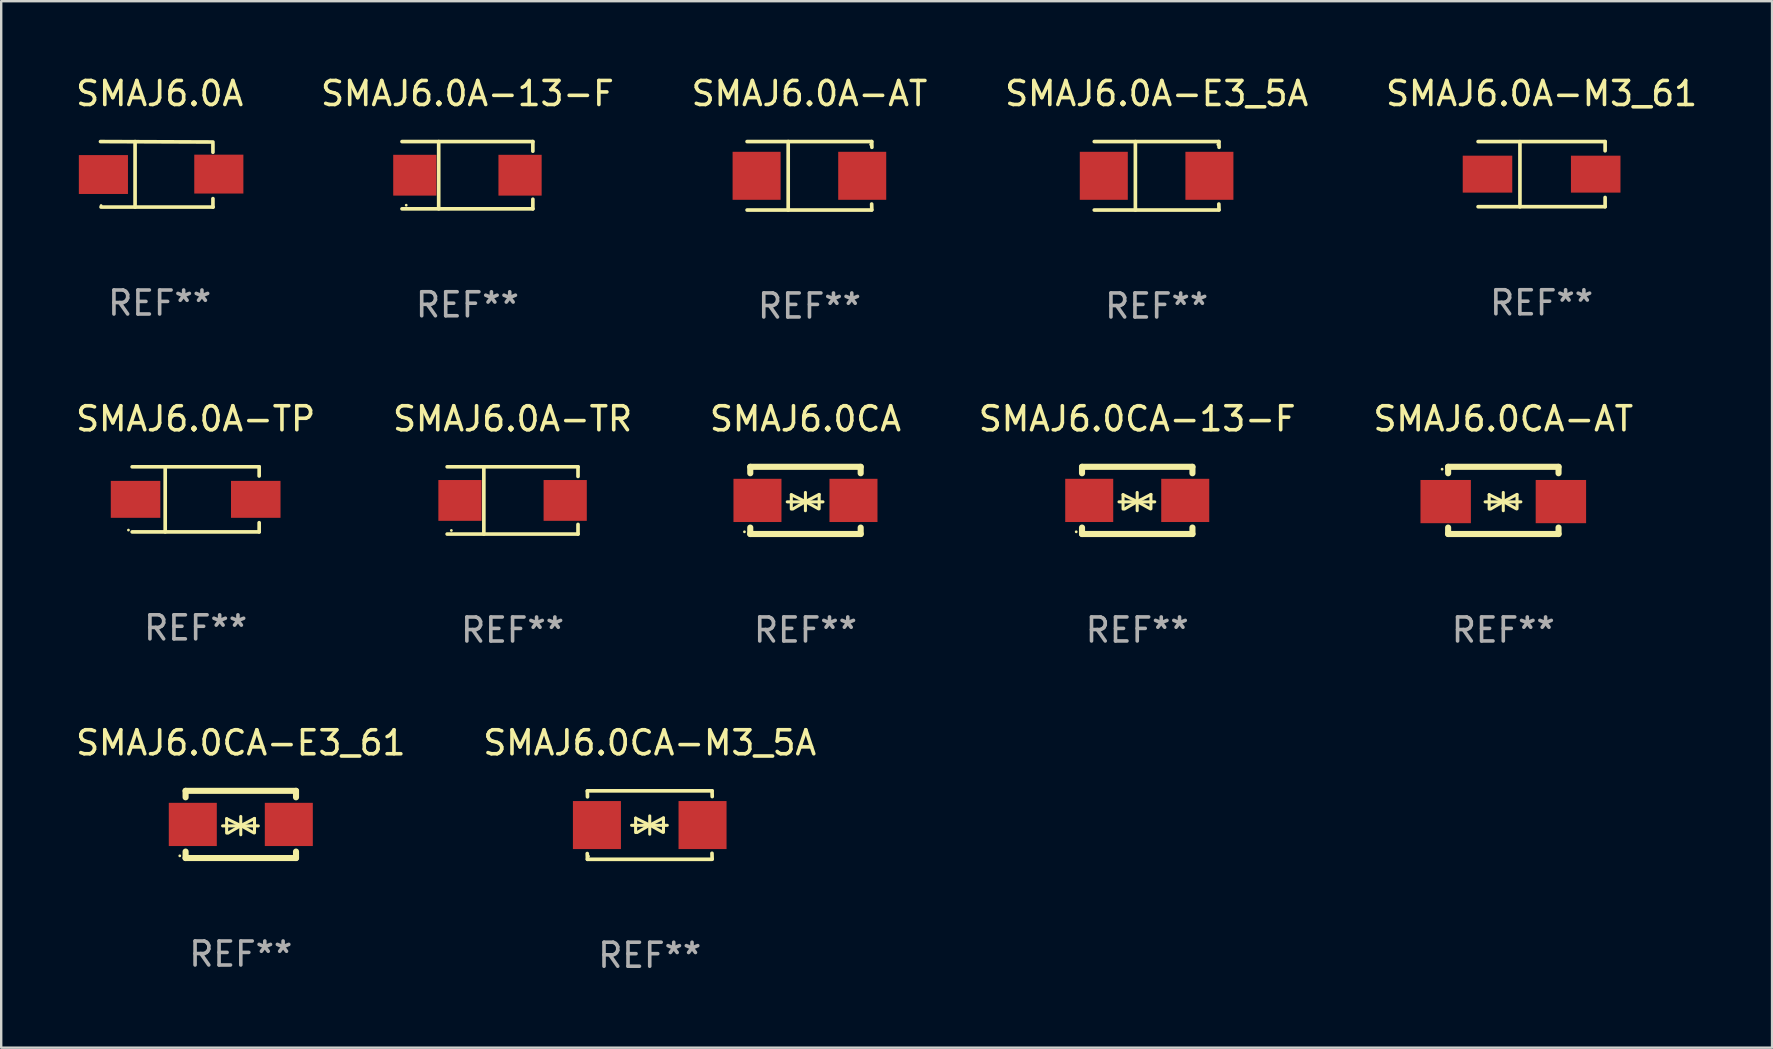
<source format=kicad_pcb>
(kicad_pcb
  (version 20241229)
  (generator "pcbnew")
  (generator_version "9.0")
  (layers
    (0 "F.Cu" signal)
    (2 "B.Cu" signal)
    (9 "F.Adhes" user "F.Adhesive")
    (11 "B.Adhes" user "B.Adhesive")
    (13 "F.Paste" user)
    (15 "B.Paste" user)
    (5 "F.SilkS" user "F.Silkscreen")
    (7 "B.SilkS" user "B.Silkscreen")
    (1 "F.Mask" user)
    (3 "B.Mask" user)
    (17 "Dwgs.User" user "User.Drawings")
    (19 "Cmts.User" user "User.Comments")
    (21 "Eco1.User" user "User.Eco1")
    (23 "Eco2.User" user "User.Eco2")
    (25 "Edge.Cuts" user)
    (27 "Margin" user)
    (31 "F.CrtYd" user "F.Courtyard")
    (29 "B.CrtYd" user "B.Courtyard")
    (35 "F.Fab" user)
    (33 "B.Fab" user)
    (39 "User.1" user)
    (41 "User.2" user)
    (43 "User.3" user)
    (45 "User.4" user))
  (footprint "SMAJ6.0A-AT"
    (layer "F.Cu")
    (at 30.673 4.274)
    (property "Reference" "SMAJ6.0A-AT" (at 0 -3.426 0) (layer "F.SilkS") (effects (font (size 1 1) (thickness 0.15))))
    (attr through_hole)
    (fp_line (start -2.6 -1.426) (end 2.593 -1.426) (stroke (width 0.152) (type solid)) (layer "F.SilkS"))
    (fp_line (start -2.6 1.426) (end 2.593 1.426) (stroke (width 0.152) (type solid)) (layer "F.SilkS"))
    (fp_line (start -0.887 -1.426) (end -0.887 1.426) (stroke (width 0.152) (type solid)) (layer "F.SilkS"))
    (fp_line (start 2.59 1.176) (end 2.597 1.415) (stroke (width 0.152) (type solid)) (layer "F.SilkS"))
    (fp_line (start 2.593 -1.426) (end 2.6 -1.187) (stroke (width 0.152) (type solid)) (layer "F.SilkS"))
    (fp_circle (center 2.547 -1.3) (end 2.577 -1.3) (stroke (width 0.06) (type solid)) (fill no) (layer "F.SilkS"))
    (fp_text user "REF**" (at 0 5.426 0) (layer "F.Fab") (effects (font (size 1 1) (thickness 0.15))))
    (pad "1" smd rect (at 2.197 -0.000025 180) (size 2 2) (layers "F.Cu" "F.Mask" "F.Paste"))
    (pad "2" smd rect (at -2.203 -0.000025 180) (size 2 2) (layers "F.Cu" "F.Mask" "F.Paste")))
  (footprint "SMAJ6.0CA-M3_5A"
    (layer "F.Cu")
    (at 24.018 31.322)
    (property "Reference" "SMAJ6.0CA-M3_5A" (at 0 -3.426 0) (layer "F.SilkS") (effects (font (size 1 1) (thickness 0.15))))
    (attr through_hole)
    (fp_line (start -2.596 -1.426) (end 2.596 -1.426) (stroke (width 0.152) (type solid)) (layer "F.SilkS"))
    (fp_line (start -2.596 1.426) (end -2.603 1.187) (stroke (width 0.152) (type solid)) (layer "F.SilkS"))
    (fp_line (start -2.596 1.426) (end 2.596 1.426) (stroke (width 0.152) (type solid)) (layer "F.SilkS"))
    (fp_line (start -2.593 -1.176) (end -2.6 -1.415) (stroke (width 0.152) (type solid)) (layer "F.SilkS"))
    (fp_line (start -0.758 0.011) (end 0.732 0.011) (stroke (width 0.127) (type solid)) (layer "F.SilkS"))
    (fp_line (start -0.588 -0.289) (end -0.588 0.311) (stroke (width 0.127) (type solid)) (layer "F.SilkS"))
    (fp_line (start -0.588 -0.289) (end 0 0) (stroke (width 0.127) (type solid)) (layer "F.SilkS"))
    (fp_line (start -0.528 0.311) (end 0 0) (stroke (width 0.127) (type solid)) (layer "F.SilkS"))
    (fp_line (start 0 0) (end 0 -0.381) (stroke (width 0.127) (type solid)) (layer "F.SilkS"))
    (fp_line (start 0 0) (end 0 0.381) (stroke (width 0.127) (type solid)) (layer "F.SilkS"))
    (fp_line (start 0.542 0.301) (end 0 0) (stroke (width 0.127) (type solid)) (layer "F.SilkS"))
    (fp_line (start 0.572 -0.299) (end 0 0) (stroke (width 0.127) (type solid)) (layer "F.SilkS"))
    (fp_line (start 0.572 -0.299) (end 0.572 0.301) (stroke (width 0.127) (type solid)) (layer "F.SilkS"))
    (fp_line (start 2.593 1.176) (end 2.6 1.415) (stroke (width 0.152) (type solid)) (layer "F.SilkS"))
    (fp_line (start 2.596 -1.426) (end 2.603 -1.187) (stroke (width 0.152) (type solid)) (layer "F.SilkS"))
    (fp_circle (center -2.55 1.3) (end -2.52 1.3) (stroke (width 0.06) (type solid)) (fill no) (layer "F.SilkS"))
    (fp_text user "REF**" (at 0 5.426 0) (layer "F.Fab") (effects (font (size 1 1) (thickness 0.15))))
    (pad "1" smd rect (at -2.2 0 180) (size 2 2) (layers "F.Cu" "F.Mask" "F.Paste"))
    (pad "2" smd rect (at 2.2 0 180) (size 2 2) (layers "F.Cu" "F.Mask" "F.Paste")))
  (footprint "SMAJ6.0CA-AT"
    (layer "F.Cu")
    (at 59.577 17.797)
    (property "Reference" "SMAJ6.0CA-AT" (at 0 -3.4 0) (layer "F.SilkS") (effects (font (size 1 1) (thickness 0.15))))
    (attr through_hole)
    (fp_line (start -2.298 -1.4) (end -2.298 -1.131) (stroke (width 0.254) (type solid)) (layer "F.SilkS"))
    (fp_line (start -2.298 -1.4) (end 2.302 -1.4) (stroke (width 0.254) (type solid)) (layer "F.SilkS"))
    (fp_line (start -2.298 1.131) (end -2.298 1.4) (stroke (width 0.254) (type solid)) (layer "F.SilkS"))
    (fp_line (start -2.298 1.4) (end 2.302 1.4) (stroke (width 0.254) (type solid)) (layer "F.SilkS"))
    (fp_line (start -0.758 0.06) (end 0.732 0.06) (stroke (width 0.127) (type solid)) (layer "F.SilkS"))
    (fp_line (start -0.588 -0.24) (end -0.588 0.36) (stroke (width 0.127) (type solid)) (layer "F.SilkS"))
    (fp_line (start -0.588 -0.24) (end 0.000025 0.049) (stroke (width 0.127) (type solid)) (layer "F.SilkS"))
    (fp_line (start -0.528 0.36) (end 0.000025 0.049) (stroke (width 0.127) (type solid)) (layer "F.SilkS"))
    (fp_line (start 0.000025 0.049) (end 0.000025 -0.332) (stroke (width 0.127) (type solid)) (layer "F.SilkS"))
    (fp_line (start 0.000025 0.049) (end 0.000025 0.43) (stroke (width 0.127) (type solid)) (layer "F.SilkS"))
    (fp_line (start 0.542 0.35) (end 0.000025 0.049) (stroke (width 0.127) (type solid)) (layer "F.SilkS"))
    (fp_line (start 0.572 -0.25) (end 0.000025 0.049) (stroke (width 0.127) (type solid)) (layer "F.SilkS"))
    (fp_line (start 0.572 -0.25) (end 0.572 0.35) (stroke (width 0.127) (type solid)) (layer "F.SilkS"))
    (fp_line (start 2.302 -1.4) (end 2.302 -1.131) (stroke (width 0.254) (type solid)) (layer "F.SilkS"))
    (fp_line (start 2.302 1.131) (end 2.302 1.4) (stroke (width 0.254) (type solid)) (layer "F.SilkS"))
    (fp_circle (center -2.549 -1.301) (end -2.519 -1.301) (stroke (width 0.06) (type solid)) (fill no) (layer "F.SilkS"))
    (fp_text user "REF**" (at 0 5.4 0) (layer "F.Fab") (effects (font (size 1 1) (thickness 0.15))))
    (pad "1" smd rect (at -2.4 0.049) (size 2.1 1.8) (layers "F.Cu" "F.Mask" "F.Paste"))
    (pad "2" smd rect (at 2.4 0.049) (size 2.1 1.8) (layers "F.Cu" "F.Mask" "F.Paste")))
  (footprint "SMAJ6.0A-TP"
    (layer "F.Cu")
    (at 5.101 17.753)
    (property "Reference" "SMAJ6.0A-TP" (at 0 -3.356 0) (layer "F.SilkS") (effects (font (size 1 1) (thickness 0.15))))
    (attr through_hole)
    (fp_line (start -2.646 -1.356) (end 2.646 -1.356) (stroke (width 0.152) (type solid)) (layer "F.SilkS"))
    (fp_line (start -2.646 1.356) (end 2.646 1.356) (stroke (width 0.152) (type solid)) (layer "F.SilkS"))
    (fp_line (start -1.269 -1.356) (end -1.269 1.356) (stroke (width 0.152) (type solid)) (layer "F.SilkS"))
    (fp_line (start 2.646 -1.356) (end 2.646 -0.973) (stroke (width 0.152) (type solid)) (layer "F.SilkS"))
    (fp_line (start 2.646 1.356) (end 2.646 0.973) (stroke (width 0.152) (type solid)) (layer "F.SilkS"))
    (fp_circle (center -2.8 1.28) (end -2.77 1.28) (stroke (width 0.06) (type solid)) (fill no) (layer "F.SilkS"))
    (fp_text user "REF**" (at 0 5.356 0) (layer "F.Fab") (effects (font (size 1 1) (thickness 0.15))))
    (pad "1" smd rect (at 2.504 0) (size 2.063 1.539) (layers "F.Cu" "F.Mask" "F.Paste"))
    (pad "2" smd rect (at -2.504 0) (size 2.063 1.539) (layers "F.Cu" "F.Mask" "F.Paste")))
  (footprint "SMAJ6.0CA"
    (layer "F.Cu")
    (at 30.506 17.797)
    (property "Reference" "SMAJ6.0CA" (at 0 -3.4 0) (layer "F.SilkS") (effects (font (size 1 1) (thickness 0.15))))
    (attr through_hole)
    (fp_line (start -2.3 -1.4) (end -2.3 -1.131) (stroke (width 0.254) (type solid)) (layer "F.SilkS"))
    (fp_line (start -2.3 -1.4) (end 2.3 -1.4) (stroke (width 0.254) (type solid)) (layer "F.SilkS"))
    (fp_line (start -2.3 1.131) (end -2.3 1.4) (stroke (width 0.254) (type solid)) (layer "F.SilkS"))
    (fp_line (start -2.3 1.4) (end 2.3 1.4) (stroke (width 0.254) (type solid)) (layer "F.SilkS"))
    (fp_line (start -0.76 0.06) (end 0.73 0.06) (stroke (width 0.127) (type solid)) (layer "F.SilkS"))
    (fp_line (start -0.59 -0.24) (end -0.59 0.36) (stroke (width 0.127) (type solid)) (layer "F.SilkS"))
    (fp_line (start -0.59 -0.24) (end -0.002 0.049) (stroke (width 0.127) (type solid)) (layer "F.SilkS"))
    (fp_line (start -0.53 0.36) (end -0.002 0.049) (stroke (width 0.127) (type solid)) (layer "F.SilkS"))
    (fp_line (start -0.002 0.049) (end -0.002 -0.332) (stroke (width 0.127) (type solid)) (layer "F.SilkS"))
    (fp_line (start -0.002 0.049) (end -0.002 0.43) (stroke (width 0.127) (type solid)) (layer "F.SilkS"))
    (fp_line (start 0.54 0.35) (end -0.002 0.049) (stroke (width 0.127) (type solid)) (layer "F.SilkS"))
    (fp_line (start 0.57 -0.25) (end -0.002 0.049) (stroke (width 0.127) (type solid)) (layer "F.SilkS"))
    (fp_line (start 0.57 -0.25) (end 0.57 0.35) (stroke (width 0.127) (type solid)) (layer "F.SilkS"))
    (fp_line (start 2.3 -1.4) (end 2.3 -1.131) (stroke (width 0.254) (type solid)) (layer "F.SilkS"))
    (fp_line (start 2.3 1.131) (end 2.3 1.4) (stroke (width 0.254) (type solid)) (layer "F.SilkS"))
    (fp_circle (center -2.542 1.308) (end -2.512 1.308) (stroke (width 0.06) (type solid)) (fill no) (layer "F.SilkS"))
    (fp_text user "REF**" (at 0 5.4 0) (layer "F.Fab") (effects (font (size 1 1) (thickness 0.15))))
    (pad "1" smd rect (at -2 0) (size 2 1.8) (layers "F.Cu" "F.Mask" "F.Paste"))
    (pad "2" smd rect (at 2 0) (size 2 1.8) (layers "F.Cu" "F.Mask" "F.Paste")))
  (footprint "SMAJ6.0A-M3_61"
    (layer "F.Cu")
    (at 61.173 4.207)
    (property "Reference" "SMAJ6.0A-M3_61" (at 0 -3.359 0) (layer "F.SilkS") (effects (font (size 1 1) (thickness 0.15))))
    (attr through_hole)
    (fp_line (start -2.646 -1.359) (end 2.646 -1.359) (stroke (width 0.152) (type solid)) (layer "F.SilkS"))
    (fp_line (start -2.646 1.354) (end 2.646 1.354) (stroke (width 0.152) (type solid)) (layer "F.SilkS"))
    (fp_line (start -0.902 -1.354) (end -0.902 1.359) (stroke (width 0.152) (type solid)) (layer "F.SilkS"))
    (fp_line (start 2.646 -1.359) (end 2.646 -0.975) (stroke (width 0.152) (type solid)) (layer "F.SilkS"))
    (fp_line (start 2.646 1.354) (end 2.646 0.97) (stroke (width 0.152) (type solid)) (layer "F.SilkS"))
    (fp_circle (center 2.55 -1.352) (end 2.58 -1.352) (stroke (width 0.06) (type solid)) (fill no) (layer "F.SilkS"))
    (fp_text user "REF**" (at 0 5.359 0) (layer "F.Fab") (effects (font (size 1 1) (thickness 0.15))))
    (pad "1" smd rect (at 2.254 -0.002) (size 2.063 1.539) (layers "F.Cu" "F.Mask" "F.Paste"))
    (pad "2" smd rect (at -2.254 -0.002) (size 2.063 1.539) (layers "F.Cu" "F.Mask" "F.Paste")))
  (footprint "SMAJ6.0CA-E3_61"
    (layer "F.Cu")
    (at 6.982 31.296)
    (property "Reference" "SMAJ6.0CA-E3_61" (at 0 -3.4 0) (layer "F.SilkS") (effects (font (size 1 1) (thickness 0.15))))
    (attr through_hole)
    (fp_line (start -2.3 -1.4) (end -2.3 -1.131) (stroke (width 0.254) (type solid)) (layer "F.SilkS"))
    (fp_line (start -2.3 -1.4) (end 2.3 -1.4) (stroke (width 0.254) (type solid)) (layer "F.SilkS"))
    (fp_line (start -2.3 1.131) (end -2.3 1.4) (stroke (width 0.254) (type solid)) (layer "F.SilkS"))
    (fp_line (start -2.3 1.4) (end 2.3 1.4) (stroke (width 0.254) (type solid)) (layer "F.SilkS"))
    (fp_line (start -0.76 0.06) (end 0.73 0.06) (stroke (width 0.127) (type solid)) (layer "F.SilkS"))
    (fp_line (start -0.59 -0.24) (end -0.59 0.36) (stroke (width 0.127) (type solid)) (layer "F.SilkS"))
    (fp_line (start -0.59 -0.24) (end -0.002 0.049) (stroke (width 0.127) (type solid)) (layer "F.SilkS"))
    (fp_line (start -0.53 0.36) (end -0.002 0.049) (stroke (width 0.127) (type solid)) (layer "F.SilkS"))
    (fp_line (start -0.002 0.049) (end -0.002 -0.332) (stroke (width 0.127) (type solid)) (layer "F.SilkS"))
    (fp_line (start -0.002 0.049) (end -0.002 0.43) (stroke (width 0.127) (type solid)) (layer "F.SilkS"))
    (fp_line (start 0.54 0.35) (end -0.002 0.049) (stroke (width 0.127) (type solid)) (layer "F.SilkS"))
    (fp_line (start 0.57 -0.25) (end -0.002 0.049) (stroke (width 0.127) (type solid)) (layer "F.SilkS"))
    (fp_line (start 0.57 -0.25) (end 0.57 0.35) (stroke (width 0.127) (type solid)) (layer "F.SilkS"))
    (fp_line (start 2.3 -1.4) (end 2.3 -1.131) (stroke (width 0.254) (type solid)) (layer "F.SilkS"))
    (fp_line (start 2.3 1.131) (end 2.3 1.4) (stroke (width 0.254) (type solid)) (layer "F.SilkS"))
    (fp_circle (center -2.542 1.308) (end -2.512 1.308) (stroke (width 0.06) (type solid)) (fill no) (layer "F.SilkS"))
    (fp_text user "REF**" (at 0 5.4 0) (layer "F.Fab") (effects (font (size 1 1) (thickness 0.15))))
    (pad "1" smd rect (at -2 0) (size 2 1.8) (layers "F.Cu" "F.Mask" "F.Paste"))
    (pad "2" smd rect (at 2 0) (size 2 1.8) (layers "F.Cu" "F.Mask" "F.Paste")))
  (footprint "SMAJ6.0A-TR"
    (layer "F.Cu")
    (at 18.304 17.798)
    (property "Reference" "SMAJ6.0A-TR" (at 0 -3.401 0) (layer "F.SilkS") (effects (font (size 1 1) (thickness 0.15))))
    (attr through_hole)
    (fp_line (start -2.726 -1.401) (end 2.726 -1.401) (stroke (width 0.152) (type solid)) (layer "F.SilkS"))
    (fp_line (start -2.726 1.401) (end 2.726 1.401) (stroke (width 0.152) (type solid)) (layer "F.SilkS"))
    (fp_line (start -1.197 -1.401) (end -1.197 1.401) (stroke (width 0.152) (type solid)) (layer "F.SilkS"))
    (fp_line (start 2.726 -1.401) (end 2.726 -1) (stroke (width 0.152) (type solid)) (layer "F.SilkS"))
    (fp_line (start 2.726 1.401) (end 2.726 1) (stroke (width 0.152) (type solid)) (layer "F.SilkS"))
    (fp_circle (center -2.55 1.25) (end -2.52 1.25) (stroke (width 0.06) (type solid)) (fill no) (layer "F.SilkS"))
    (fp_text user "REF**" (at 0 5.401 0) (layer "F.Fab") (effects (font (size 1 1) (thickness 0.15))))
    (pad "1" smd rect (at -2.192 0) (size 1.8 1.7) (layers "F.Cu" "F.Mask" "F.Paste"))
    (pad "2" smd rect (at 2.192 0) (size 1.8 1.7) (layers "F.Cu" "F.Mask" "F.Paste")))
  (footprint "SMAJ6.0A"
    (layer "F.Cu")
    (at 3.601 4.212)
    (property "Reference" "SMAJ6.0A" (at 0 -3.364 0) (layer "F.SilkS") (effects (font (size 1 1) (thickness 0.15))))
    (attr through_hole)
    (fp_line (start -2.465 -1.364) (end 2.22 -1.346) (stroke (width 0.152) (type solid)) (layer "F.SilkS"))
    (fp_line (start -2.442 1.364) (end 2.226 1.364) (stroke (width 0.152) (type solid)) (layer "F.SilkS"))
    (fp_line (start -1.024 -1.364) (end -1.024 1.364) (stroke (width 0.152) (type solid)) (layer "F.SilkS"))
    (fp_line (start 2.22 -1.27) (end 2.22 -0.919) (stroke (width 0.152) (type solid)) (layer "F.SilkS"))
    (fp_line (start 2.22 1.364) (end 2.22 1.013) (stroke (width 0.152) (type solid)) (layer "F.SilkS"))
    (fp_circle (center -2.439 1.3) (end -2.409 1.3) (stroke (width 0.06) (type solid)) (fill no) (layer "F.SilkS"))
    (fp_text user "REF**" (at 0 5.364 0) (layer "F.Fab") (effects (font (size 1 1) (thickness 0.15))))
    (pad "1" smd rect (at -2.343 0.009) (size 2.046 1.62) (layers "F.Cu" "F.Mask" "F.Paste"))
    (pad "2" smd rect (at 2.465 -0.009 180) (size 2.046 1.62) (layers "F.Cu" "F.Mask" "F.Paste")))
  (footprint "SMAJ6.0A-E3_5A"
    (layer "F.Cu")
    (at 45.137 4.274)
    (property "Reference" "SMAJ6.0A-E3_5A" (at 0 -3.426 0) (layer "F.SilkS") (effects (font (size 1 1) (thickness 0.15))))
    (attr through_hole)
    (fp_line (start -2.6 -1.426) (end 2.593 -1.426) (stroke (width 0.152) (type solid)) (layer "F.SilkS"))
    (fp_line (start -2.6 1.426) (end 2.593 1.426) (stroke (width 0.152) (type solid)) (layer "F.SilkS"))
    (fp_line (start -0.887 -1.426) (end -0.887 1.426) (stroke (width 0.152) (type solid)) (layer "F.SilkS"))
    (fp_line (start 2.59 1.176) (end 2.597 1.415) (stroke (width 0.152) (type solid)) (layer "F.SilkS"))
    (fp_line (start 2.593 -1.426) (end 2.6 -1.187) (stroke (width 0.152) (type solid)) (layer "F.SilkS"))
    (fp_circle (center 2.547 -1.3) (end 2.577 -1.3) (stroke (width 0.06) (type solid)) (fill no) (layer "F.SilkS"))
    (fp_text user "REF**" (at 0 5.426 0) (layer "F.Fab") (effects (font (size 1 1) (thickness 0.15))))
    (pad "1" smd rect (at 2.197 -0.000025 180) (size 2 2) (layers "F.Cu" "F.Mask" "F.Paste"))
    (pad "2" smd rect (at -2.203 -0.000025 180) (size 2 2) (layers "F.Cu" "F.Mask" "F.Paste")))
  (footprint "SMAJ6.0CA-13-F"
    (layer "F.Cu")
    (at 44.327 17.797)
    (property "Reference" "SMAJ6.0CA-13-F" (at 0 -3.4 0) (layer "F.SilkS") (effects (font (size 1 1) (thickness 0.15))))
    (attr through_hole)
    (fp_line (start -2.3 -1.4) (end -2.3 -1.131) (stroke (width 0.254) (type solid)) (layer "F.SilkS"))
    (fp_line (start -2.3 -1.4) (end 2.3 -1.4) (stroke (width 0.254) (type solid)) (layer "F.SilkS"))
    (fp_line (start -2.3 1.131) (end -2.3 1.4) (stroke (width 0.254) (type solid)) (layer "F.SilkS"))
    (fp_line (start -2.3 1.4) (end 2.3 1.4) (stroke (width 0.254) (type solid)) (layer "F.SilkS"))
    (fp_line (start -0.76 0.06) (end 0.73 0.06) (stroke (width 0.127) (type solid)) (layer "F.SilkS"))
    (fp_line (start -0.59 -0.24) (end -0.59 0.36) (stroke (width 0.127) (type solid)) (layer "F.SilkS"))
    (fp_line (start -0.59 -0.24) (end -0.002 0.049) (stroke (width 0.127) (type solid)) (layer "F.SilkS"))
    (fp_line (start -0.53 0.36) (end -0.002 0.049) (stroke (width 0.127) (type solid)) (layer "F.SilkS"))
    (fp_line (start -0.002 0.049) (end -0.002 -0.332) (stroke (width 0.127) (type solid)) (layer "F.SilkS"))
    (fp_line (start -0.002 0.049) (end -0.002 0.43) (stroke (width 0.127) (type solid)) (layer "F.SilkS"))
    (fp_line (start 0.54 0.35) (end -0.002 0.049) (stroke (width 0.127) (type solid)) (layer "F.SilkS"))
    (fp_line (start 0.57 -0.25) (end -0.002 0.049) (stroke (width 0.127) (type solid)) (layer "F.SilkS"))
    (fp_line (start 0.57 -0.25) (end 0.57 0.35) (stroke (width 0.127) (type solid)) (layer "F.SilkS"))
    (fp_line (start 2.3 -1.4) (end 2.3 -1.131) (stroke (width 0.254) (type solid)) (layer "F.SilkS"))
    (fp_line (start 2.3 1.131) (end 2.3 1.4) (stroke (width 0.254) (type solid)) (layer "F.SilkS"))
    (fp_circle (center -2.542 1.308) (end -2.512 1.308) (stroke (width 0.06) (type solid)) (fill no) (layer "F.SilkS"))
    (fp_text user "REF**" (at 0 5.4 0) (layer "F.Fab") (effects (font (size 1 1) (thickness 0.15))))
    (pad "1" smd rect (at -2 0) (size 2 1.8) (layers "F.Cu" "F.Mask" "F.Paste"))
    (pad "2" smd rect (at 2 0) (size 2 1.8) (layers "F.Cu" "F.Mask" "F.Paste")))
  (footprint "SMAJ6.0A-13-F"
    (layer "F.Cu")
    (at 16.423 4.249)
    (property "Reference" "SMAJ6.0A-13-F" (at 0 -3.401 0) (layer "F.SilkS") (effects (font (size 1 1) (thickness 0.15))))
    (attr through_hole)
    (fp_line (start -2.726 -1.401) (end 2.726 -1.401) (stroke (width 0.152) (type solid)) (layer "F.SilkS"))
    (fp_line (start -2.726 1.401) (end 2.726 1.401) (stroke (width 0.152) (type solid)) (layer "F.SilkS"))
    (fp_line (start -1.197 -1.401) (end -1.197 1.401) (stroke (width 0.152) (type solid)) (layer "F.SilkS"))
    (fp_line (start 2.726 -1.401) (end 2.726 -1) (stroke (width 0.152) (type solid)) (layer "F.SilkS"))
    (fp_line (start 2.726 1.401) (end 2.726 1) (stroke (width 0.152) (type solid)) (layer "F.SilkS"))
    (fp_circle (center -2.55 1.25) (end -2.52 1.25) (stroke (width 0.06) (type solid)) (fill no) (layer "F.SilkS"))
    (fp_text user "REF**" (at 0 5.401 0) (layer "F.Fab") (effects (font (size 1 1) (thickness 0.15))))
    (pad "1" smd rect (at -2.192 0) (size 1.8 1.7) (layers "F.Cu" "F.Mask" "F.Paste"))
    (pad "2" smd rect (at 2.192 0) (size 1.8 1.7) (layers "F.Cu" "F.Mask" "F.Paste")))
  (gr_rect
    (start -3 -3)
    (end 70.774 40.597)
    (stroke (width 0.1) (type default))
    (fill no)
    (layer "Edge.Cuts")))
</source>
